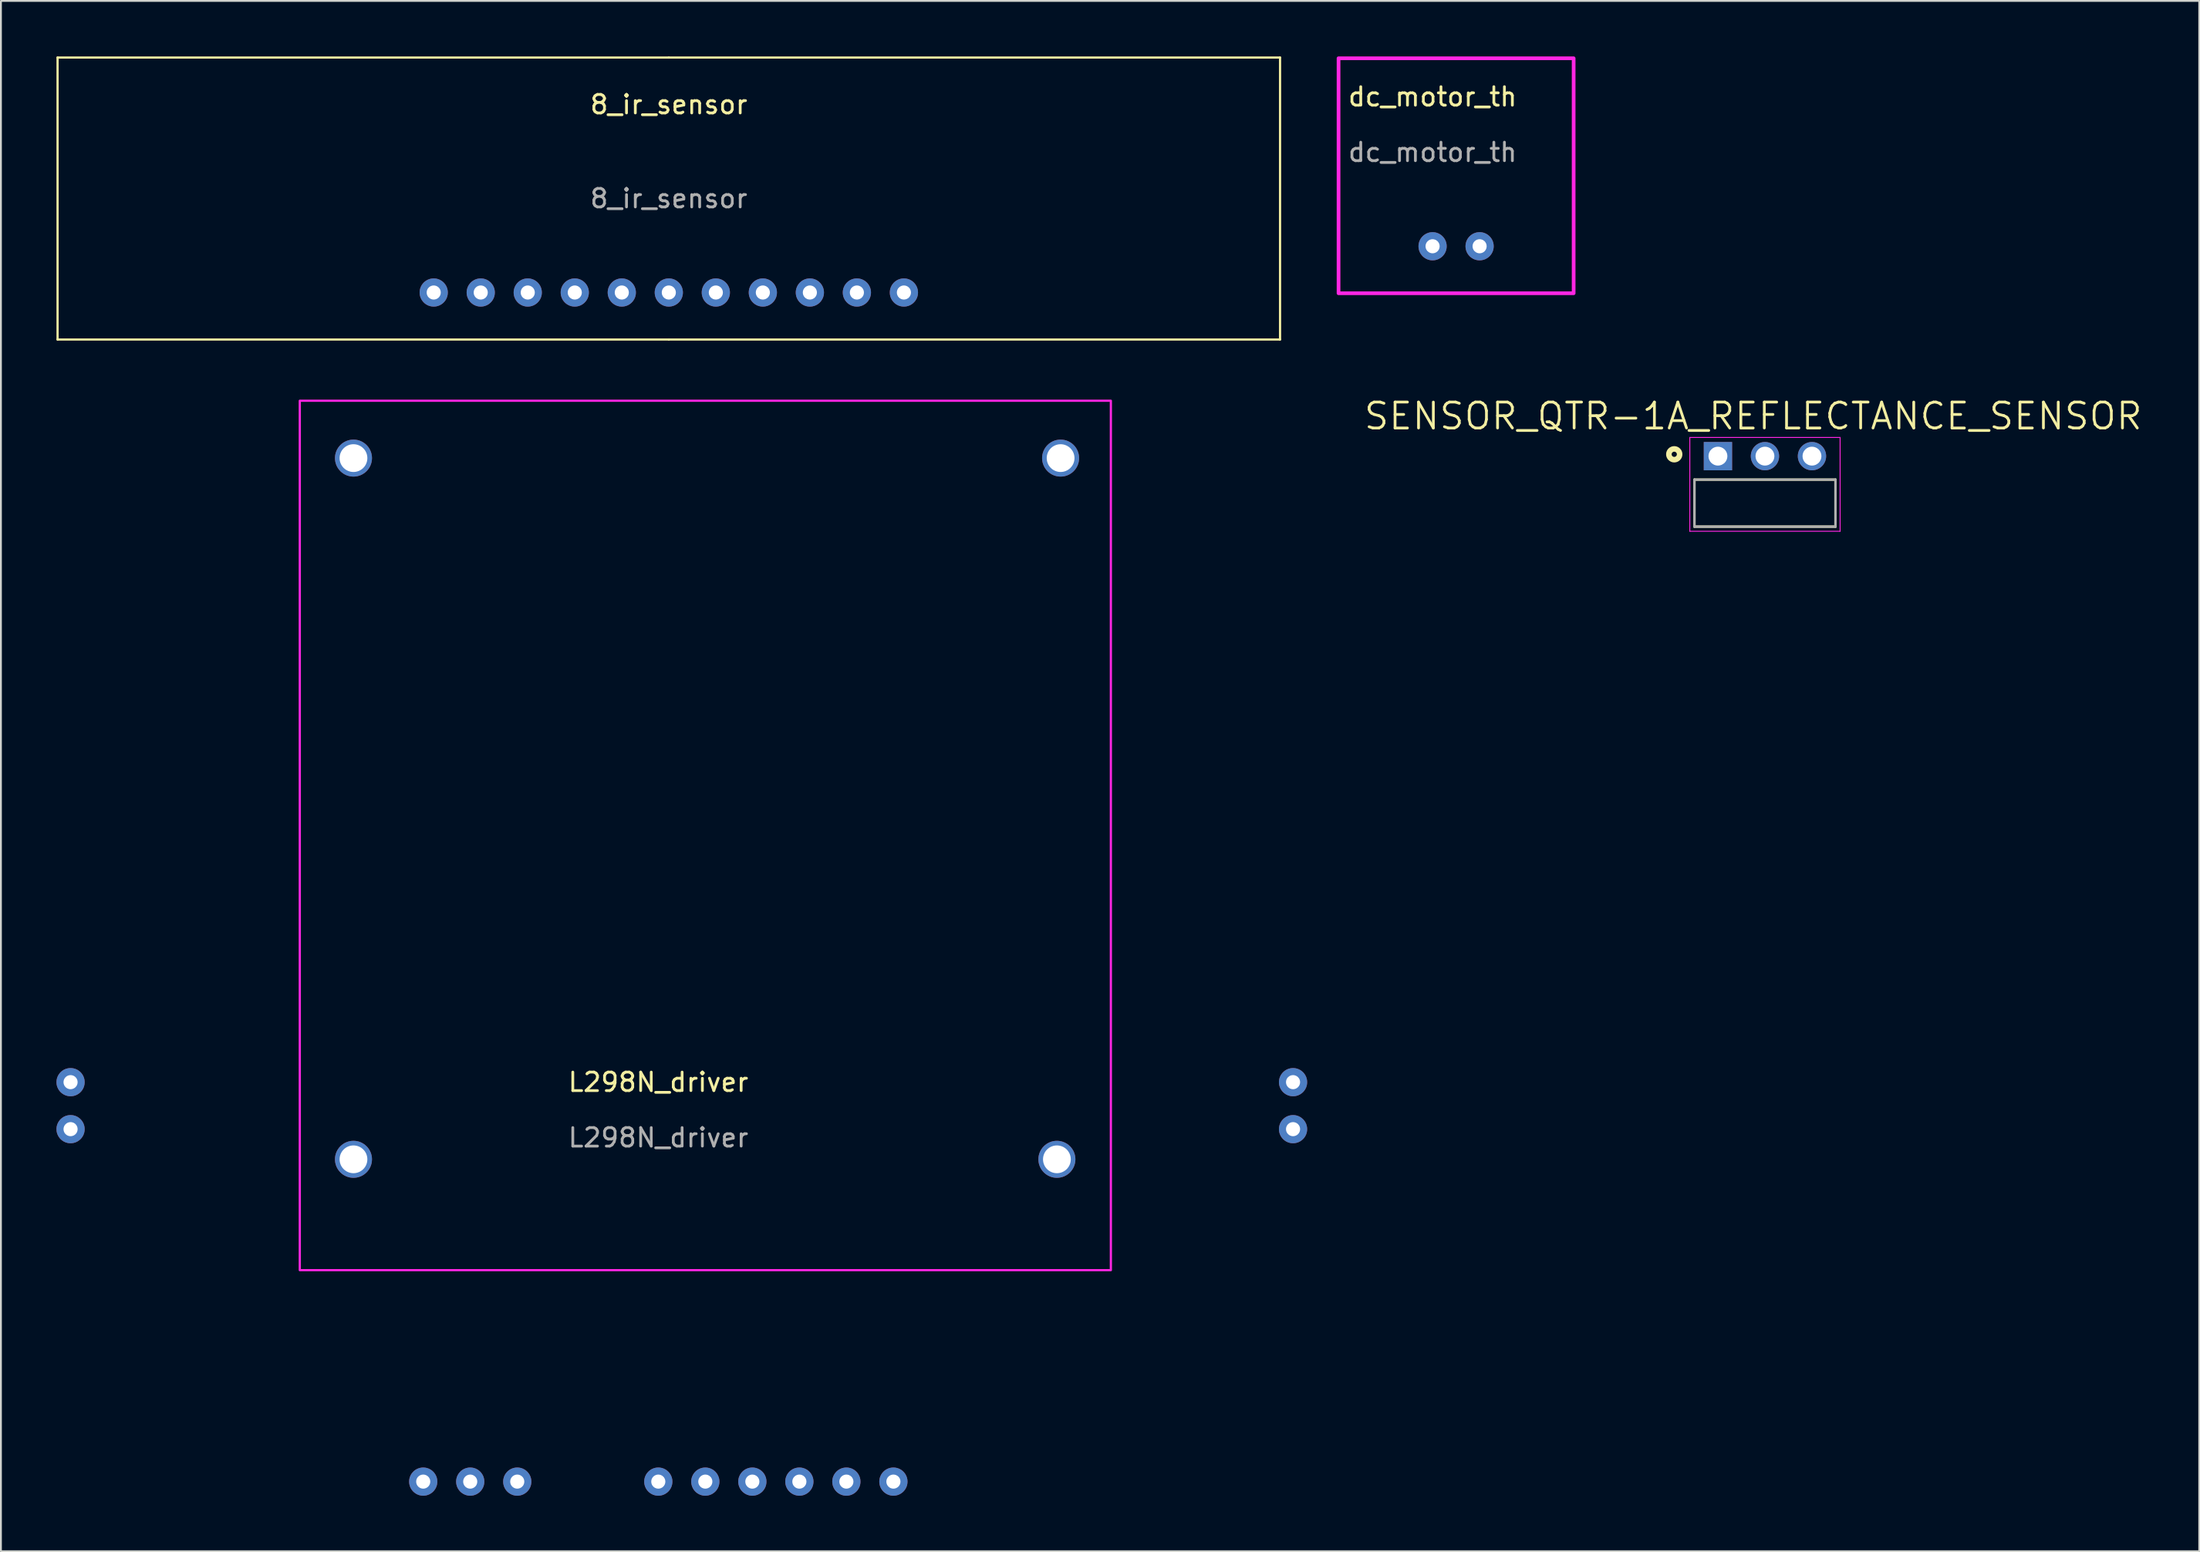
<source format=kicad_pcb>
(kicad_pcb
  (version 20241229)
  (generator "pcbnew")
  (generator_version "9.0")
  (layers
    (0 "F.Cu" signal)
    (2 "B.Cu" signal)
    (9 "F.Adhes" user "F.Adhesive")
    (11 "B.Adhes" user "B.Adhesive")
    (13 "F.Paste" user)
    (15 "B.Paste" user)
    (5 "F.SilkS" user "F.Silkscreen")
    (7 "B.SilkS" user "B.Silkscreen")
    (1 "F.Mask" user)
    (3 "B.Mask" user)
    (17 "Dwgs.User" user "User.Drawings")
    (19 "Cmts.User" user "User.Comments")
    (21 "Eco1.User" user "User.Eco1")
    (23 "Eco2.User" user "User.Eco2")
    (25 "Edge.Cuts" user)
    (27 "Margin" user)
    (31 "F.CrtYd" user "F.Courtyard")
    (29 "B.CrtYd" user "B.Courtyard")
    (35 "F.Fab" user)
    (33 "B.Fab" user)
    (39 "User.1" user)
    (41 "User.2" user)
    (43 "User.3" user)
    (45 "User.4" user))
  (footprint "8_ir_sensor"
    (layer "F.Cu")
    (at 33.08 12.76)
    (property "Reference" "8_ir_sensor" (at 0 -10.16 0) (unlocked yes) (layer "F.SilkS") (effects (font (size 1 1) (thickness 0.15))))
    (attr through_hole)
    (fp_line (start -33.02 -12.7) (end 0 -12.7) (stroke (width 0.12) (type solid)) (layer "F.SilkS"))
    (fp_line (start -33.02 2.54) (end -33.02 -12.7) (stroke (width 0.12) (type solid)) (layer "F.SilkS"))
    (fp_line (start 0 -12.7) (end 33.02 -12.7) (stroke (width 0.12) (type solid)) (layer "F.SilkS"))
    (fp_line (start 0 2.54) (end -33.02 2.54) (stroke (width 0.12) (type solid)) (layer "F.SilkS"))
    (fp_line (start 33.02 -12.7) (end 33.02 2.54) (stroke (width 0.12) (type solid)) (layer "F.SilkS"))
    (fp_line (start 33.02 2.54) (end 0 2.54) (stroke (width 0.12) (type solid)) (layer "F.SilkS"))
    (fp_text user "${REFERENCE}" (at 0 -5.08 0) (unlocked yes) (layer "F.Fab") (effects (font (size 1 1) (thickness 0.15))))
    (pad "1" thru_hole circle (at -12.7 0) (size 1.524 1.524) (drill 0.762) (layers "*.Cu" "*.Mask"))
    (pad "2" thru_hole circle (at -10.16 0) (size 1.524 1.524) (drill 0.762) (layers "*.Cu" "*.Mask"))
    (pad "3" thru_hole circle (at -7.62 0) (size 1.524 1.524) (drill 0.762) (layers "*.Cu" "*.Mask"))
    (pad "4" thru_hole circle (at -5.08 0) (size 1.524 1.524) (drill 0.762) (layers "*.Cu" "*.Mask"))
    (pad "5" thru_hole circle (at -2.54 0) (size 1.524 1.524) (drill 0.762) (layers "*.Cu" "*.Mask"))
    (pad "6" thru_hole circle (at 0 0) (size 1.524 1.524) (drill 0.762) (layers "*.Cu" "*.Mask"))
    (pad "7" thru_hole circle (at 2.54 0) (size 1.524 1.524) (drill 0.762) (layers "*.Cu" "*.Mask"))
    (pad "8" thru_hole circle (at 5.08 0) (size 1.524 1.524) (drill 0.762) (layers "*.Cu" "*.Mask"))
    (pad "9" thru_hole circle (at 7.62 0) (size 1.524 1.524) (drill 0.762) (layers "*.Cu" "*.Mask"))
    (pad "10" thru_hole circle (at 10.16 0) (size 1.524 1.524) (drill 0.762) (layers "*.Cu" "*.Mask"))
    (pad "11" thru_hole circle (at 12.7 0) (size 1.524 1.524) (drill 0.762) (layers "*.Cu" "*.Mask"))
    (zone (net_name "") (layer "F.CrtYd") (hatch edge 0.508) (connect_pads) (min_thickness 0.254) (filled_areas_thickness no) (keepout (tracks not_allowed) (vias not_allowed) (pads not_allowed) (copperpour allowed) (footprints allowed)) (placement (enabled no)) (fill) (polygon (pts (xy 66.1 15.3) (xy 0.06 15.3) (xy 0.06 0.06) (xy 66.1 0.06)))))
  (footprint "dc_motor_th"
    (layer "F.Cu")
    (at 74.34 10.26)
    (property "Reference" "dc_motor_th" (at 0 -8.08 0) (unlocked yes) (layer "F.SilkS") (effects (font (size 1 1) (thickness 0.15))))
    (attr through_hole)
    (fp_rect (start 7.62 2.54) (end -5.08 -10.16) (stroke (width 0.2) (type solid)) (fill no) (layer "F.CrtYd"))
    (fp_text user "${REFERENCE}" (at 0 -5.08 0) (unlocked yes) (layer "F.Fab") (effects (font (size 1 1) (thickness 0.15))))
    (pad "1" thru_hole circle (at 0 0) (size 1.524 1.524) (drill 0.762) (layers "*.Cu" "*.Mask"))
    (pad "2" thru_hole circle (at 2.54 0) (size 1.524 1.524) (drill 0.762) (layers "*.Cu" "*.Mask")))
  (footprint "SENSOR_QTR-1A_REFLECTANCE_SENSOR"
    (layer "F.Cu")
    (at 92.295 24.144)
    (property "Reference" "SENSOR_QTR-1A_REFLECTANCE_SENSOR" (at -0.635 -4.702 0) (layer "F.SilkS") (effects (font (size 1.401 1.401) (thickness 0.15))))
    (attr through_hole)
    (fp_line (start -3.81 -1.27) (end 3.81 -1.27) (stroke (width 0.127) (type solid)) (layer "F.SilkS"))
    (fp_line (start -3.81 1.27) (end -3.81 -1.27) (stroke (width 0.127) (type solid)) (layer "F.SilkS"))
    (fp_line (start 3.81 -1.27) (end 3.81 1.27) (stroke (width 0.127) (type solid)) (layer "F.SilkS"))
    (fp_line (start 3.81 1.27) (end -3.81 1.27) (stroke (width 0.127) (type solid)) (layer "F.SilkS"))
    (fp_circle (center -4.9 -2.64) (end -4.759 -2.64) (stroke (width 0.3) (type solid)) (fill no) (layer "F.SilkS"))
    (fp_line (start -4.06 -3.55) (end 4.06 -3.55) (stroke (width 0.05) (type solid)) (layer "F.CrtYd"))
    (fp_line (start -4.06 1.52) (end -4.06 -3.55) (stroke (width 0.05) (type solid)) (layer "F.CrtYd"))
    (fp_line (start 4.06 -3.55) (end 4.06 1.52) (stroke (width 0.05) (type solid)) (layer "F.CrtYd"))
    (fp_line (start 4.06 1.52) (end -4.06 1.52) (stroke (width 0.05) (type solid)) (layer "F.CrtYd"))
    (fp_line (start -3.81 -1.27) (end 3.81 -1.27) (stroke (width 0.127) (type solid)) (layer "F.Fab"))
    (fp_line (start -3.81 1.27) (end -3.81 -1.27) (stroke (width 0.127) (type solid)) (layer "F.Fab"))
    (fp_line (start 3.81 -1.27) (end 3.81 1.27) (stroke (width 0.127) (type solid)) (layer "F.Fab"))
    (fp_line (start 3.81 1.27) (end -3.81 1.27) (stroke (width 0.127) (type solid)) (layer "F.Fab"))
    (pad "1" thru_hole rect (at -2.54 -2.54) (size 1.53 1.53) (drill 1.02) (layers "*.Cu" "*.Mask"))
    (pad "2" thru_hole circle (at 0 -2.54) (size 1.53 1.53) (drill 1.02) (layers "*.Cu" "*.Mask"))
    (pad "3" thru_hole circle (at 2.54 -2.54) (size 1.53 1.53) (drill 1.02) (layers "*.Cu" "*.Mask")))
  (footprint "L298N_driver"
    (layer "F.Cu")
    (at 13.145 18.61)
    (property "Reference" "L298N_driver" (at 19.367 36.83 0) (unlocked yes) (layer "F.SilkS") (effects (font (size 1 1) (thickness 0.15))))
    (attr through_hole)
    (fp_rect (start 0 46.99) (end 43.815 0) (stroke (width 0.12) (type solid)) (fill no) (layer "F.CrtYd"))
    (fp_text user "${REFERENCE}" (at 19.367 39.83 0) (unlocked yes) (layer "F.Fab") (effects (font (size 1 1) (thickness 0.15))))
    (pad "1" thru_hole circle (at 6.668 58.42) (size 1.524 1.524) (drill 0.762) (layers "*.Cu" "*.Mask"))
    (pad "2" thru_hole circle (at 9.207 58.42) (size 1.524 1.524) (drill 0.762) (layers "*.Cu" "*.Mask"))
    (pad "3" thru_hole circle (at 11.748 58.42) (size 1.524 1.524) (drill 0.762) (layers "*.Cu" "*.Mask"))
    (pad "4" thru_hole circle (at 19.367 58.42) (size 1.524 1.524) (drill 0.762) (layers "*.Cu" "*.Mask"))
    (pad "5" thru_hole circle (at 21.907 58.42) (size 1.524 1.524) (drill 0.762) (layers "*.Cu" "*.Mask"))
    (pad "6" thru_hole circle (at 24.448 58.42) (size 1.524 1.524) (drill 0.762) (layers "*.Cu" "*.Mask"))
    (pad "7" thru_hole circle (at 26.988 58.42) (size 1.524 1.524) (drill 0.762) (layers "*.Cu" "*.Mask"))
    (pad "8" thru_hole circle (at 29.527 58.42) (size 1.524 1.524) (drill 0.762) (layers "*.Cu" "*.Mask"))
    (pad "9" thru_hole circle (at 32.068 58.42) (size 1.524 1.524) (drill 0.762) (layers "*.Cu" "*.Mask"))
    (pad "10" thru_hole circle (at 53.657 36.83) (size 1.524 1.524) (drill 0.762) (layers "*.Cu" "*.Mask"))
    (pad "11" thru_hole circle (at 53.657 39.37) (size 1.524 1.524) (drill 0.762) (layers "*.Cu" "*.Mask"))
    (pad "12" thru_hole circle (at -12.383 36.83) (size 1.524 1.524) (drill 0.762) (layers "*.Cu" "*.Mask"))
    (pad "13" thru_hole circle (at -12.383 39.37) (size 1.524 1.524) (drill 0.762) (layers "*.Cu" "*.Mask"))
    (pad "14" thru_hole circle (at 40.9 41) (size 2 2) (drill 1.5) (layers "*.Cu" "*.Mask"))
    (pad "15" thru_hole circle (at 2.9 41) (size 2 2) (drill 1.5) (layers "*.Cu" "*.Mask"))
    (pad "16" thru_hole circle (at 41.1 3.1) (size 2 2) (drill 1.5) (layers "*.Cu" "*.Mask"))
    (pad "17" thru_hole circle (at 2.9 3.1) (size 2 2) (drill 1.5) (layers "*.Cu" "*.Mask")))
  (gr_rect
    (start -3 -3)
    (end 115.756 80.792)
    (stroke (width 0.1) (type default))
    (fill no)
    (layer "Edge.Cuts")))
</source>
